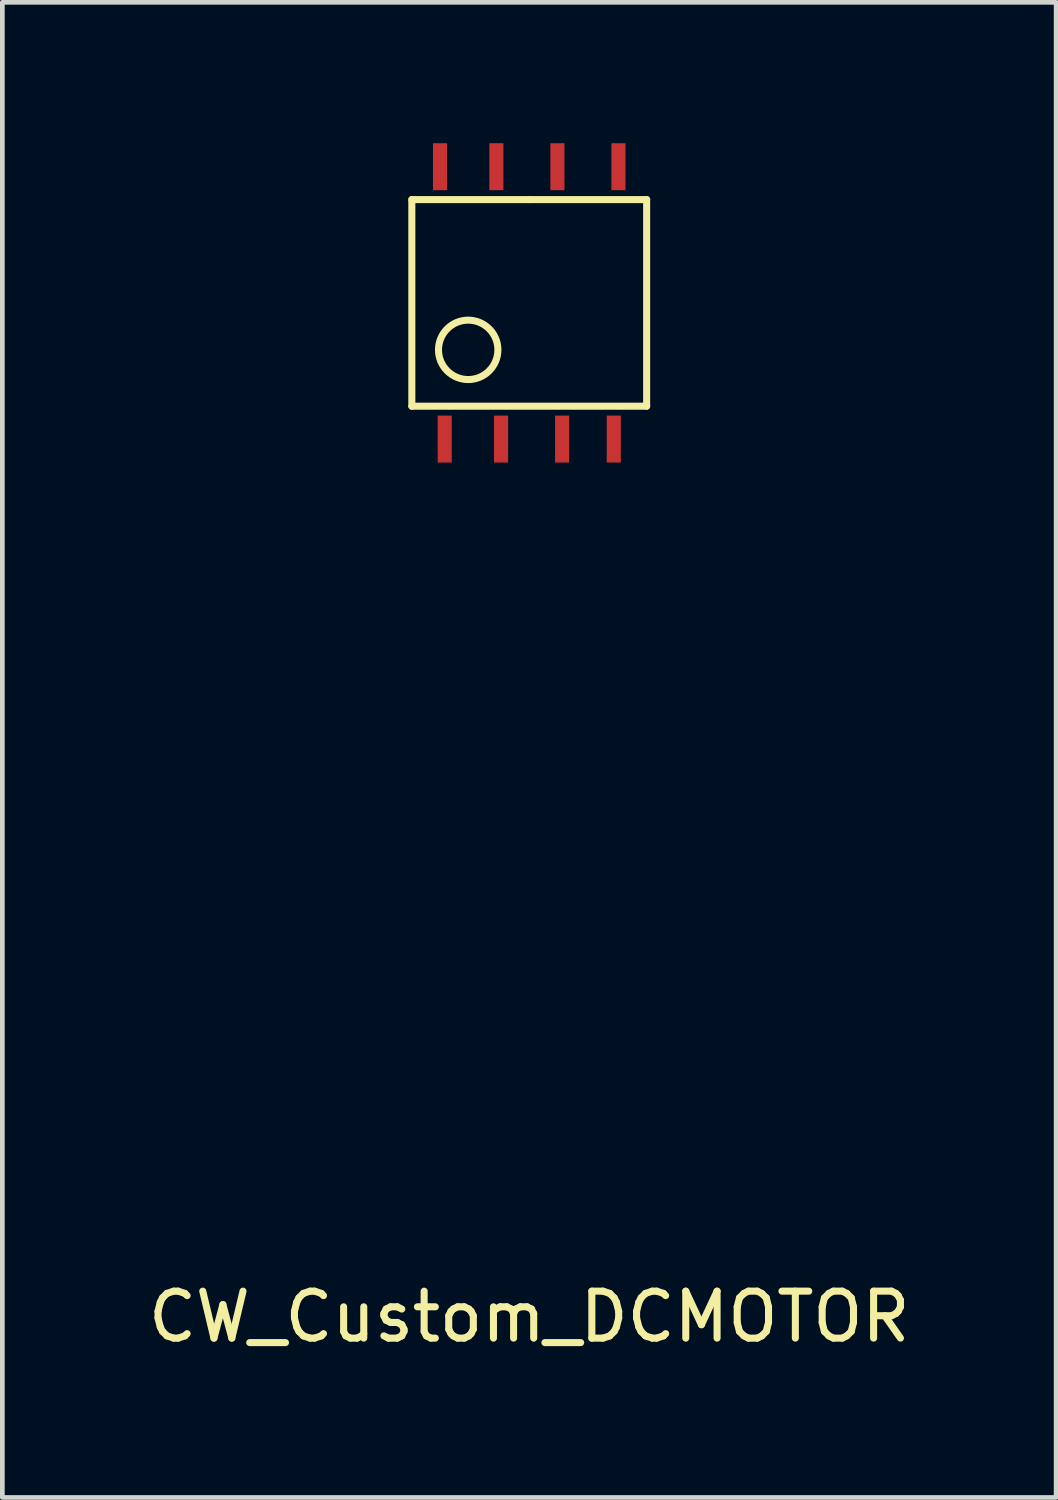
<source format=kicad_pcb>
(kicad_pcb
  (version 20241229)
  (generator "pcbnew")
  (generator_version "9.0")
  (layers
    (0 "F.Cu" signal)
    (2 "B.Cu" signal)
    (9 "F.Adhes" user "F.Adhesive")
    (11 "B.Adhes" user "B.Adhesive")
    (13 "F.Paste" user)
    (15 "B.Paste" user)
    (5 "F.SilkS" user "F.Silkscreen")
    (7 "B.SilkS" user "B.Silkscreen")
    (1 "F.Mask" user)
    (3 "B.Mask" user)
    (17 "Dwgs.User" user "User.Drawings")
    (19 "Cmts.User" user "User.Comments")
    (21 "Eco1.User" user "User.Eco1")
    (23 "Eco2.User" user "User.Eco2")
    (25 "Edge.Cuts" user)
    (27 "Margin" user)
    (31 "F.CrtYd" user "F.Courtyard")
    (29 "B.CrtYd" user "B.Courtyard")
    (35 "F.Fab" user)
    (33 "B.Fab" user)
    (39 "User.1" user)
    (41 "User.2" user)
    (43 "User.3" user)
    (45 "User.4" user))
  (footprint "CW_Custom_DCMOTOR"
    (layer "F.Cu")
    (at 8.22 3.4)
    (property "Reference" "CW_Custom_DCMOTOR" (at 0 21.59 0) (layer "F.SilkS") (effects (font (size 1 1) (thickness 0.15))))
    (attr through_hole)
    (fp_line (start -2.5 -2.2) (end -2.5 2.2) (stroke (width 0.15) (type solid)) (layer "F.SilkS"))
    (fp_line (start -2.5 2.2) (end 2.5 2.2) (stroke (width 0.15) (type solid)) (layer "F.SilkS"))
    (fp_line (start 0 -2.2) (end -2.5 -2.2) (stroke (width 0.15) (type solid)) (layer "F.SilkS"))
    (fp_line (start 2.5 -2.2) (end 0 -2.2) (stroke (width 0.15) (type solid)) (layer "F.SilkS"))
    (fp_line (start 2.5 2.2) (end 2.5 -2.2) (stroke (width 0.15) (type solid)) (layer "F.SilkS"))
    (fp_circle (center -1.3 1) (end -0.7 0.8) (stroke (width 0.15) (type solid)) (fill no) (layer "F.SilkS"))
    (pad "1" smd rect (at -1.8 2.9) (size 0.3 1) (layers "F.Cu" "F.Mask" "F.Paste"))
    (pad "2" smd rect (at -0.6 2.9) (size 0.3 1) (layers "F.Cu" "F.Mask" "F.Paste"))
    (pad "3" smd rect (at 0.7 2.9) (size 0.3 1) (layers "F.Cu" "F.Mask" "F.Paste"))
    (pad "4" smd rect (at 1.8 2.9) (size 0.3 1) (layers "F.Cu" "F.Mask" "F.Paste"))
    (pad "5" smd rect (at 1.9 -2.9) (size 0.3 1) (layers "F.Cu" "F.Mask" "F.Paste"))
    (pad "6" smd rect (at 0.6 -2.9) (size 0.3 1) (layers "F.Cu" "F.Mask" "F.Paste"))
    (pad "7" smd rect (at -0.7 -2.9) (size 0.3 1) (layers "F.Cu" "F.Mask" "F.Paste"))
    (pad "8" smd rect (at -1.9 -2.9) (size 0.3 1) (layers "F.Cu" "F.Mask" "F.Paste")))
  (gr_rect
    (start -3 -3)
    (end 19.44 28.838)
    (stroke (width 0.1) (type default))
    (fill no)
    (layer "Edge.Cuts")))
</source>
